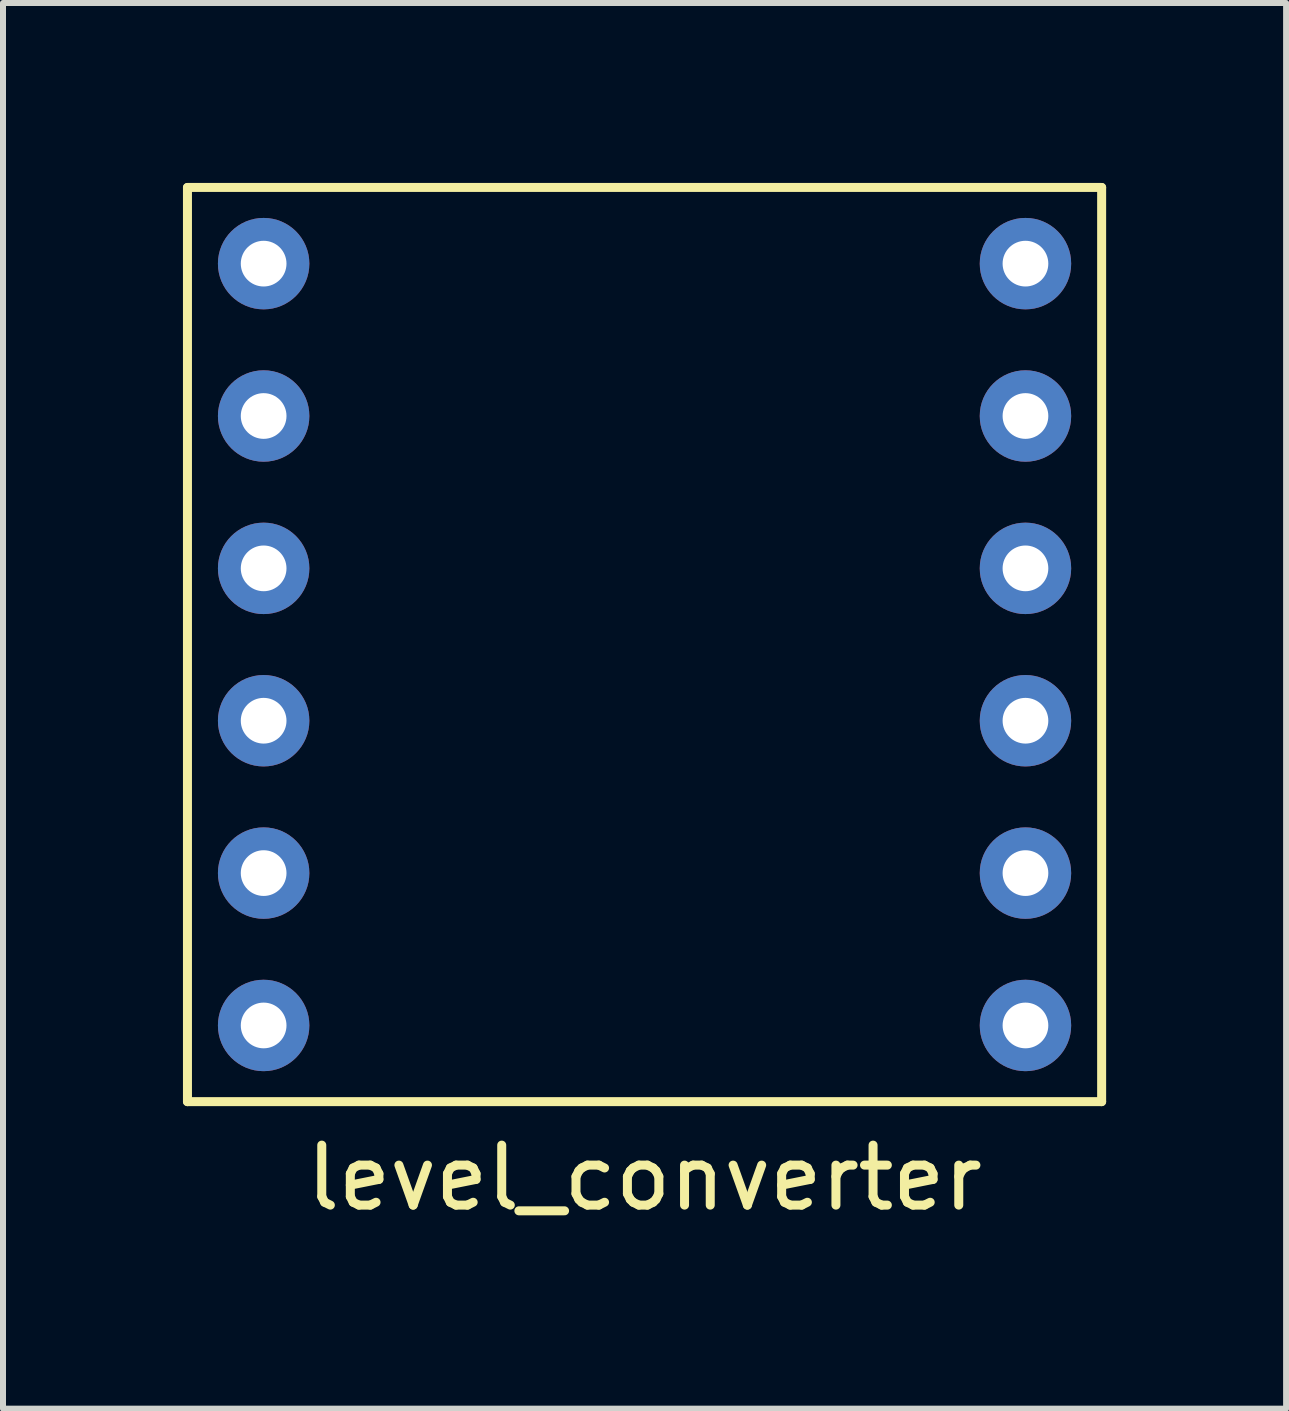
<source format=kicad_pcb>
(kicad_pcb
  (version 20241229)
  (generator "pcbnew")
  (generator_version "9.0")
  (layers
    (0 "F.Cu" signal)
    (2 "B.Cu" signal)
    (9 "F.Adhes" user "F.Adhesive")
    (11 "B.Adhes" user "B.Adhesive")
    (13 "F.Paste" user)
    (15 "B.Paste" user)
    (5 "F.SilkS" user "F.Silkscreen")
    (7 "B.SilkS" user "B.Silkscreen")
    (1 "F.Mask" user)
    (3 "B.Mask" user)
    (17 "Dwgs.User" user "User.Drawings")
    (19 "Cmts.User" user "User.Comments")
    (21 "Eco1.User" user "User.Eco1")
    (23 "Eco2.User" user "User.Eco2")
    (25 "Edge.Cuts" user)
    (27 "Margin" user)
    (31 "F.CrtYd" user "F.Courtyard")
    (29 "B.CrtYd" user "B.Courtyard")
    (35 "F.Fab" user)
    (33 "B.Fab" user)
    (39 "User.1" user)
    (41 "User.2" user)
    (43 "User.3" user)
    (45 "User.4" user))
  (footprint "level_converter"
    (layer "F.Cu")
    (at 7.695 3.885)
    (property "Reference" "level_converter" (at 0 12.7 0) (layer "F.SilkS") (effects (font (size 1 1) (thickness 0.15))))
    (attr through_hole)
    (fp_line (start -7.62 -3.81) (end 7.62 -3.81) (stroke (width 0.15) (type solid)) (layer "F.SilkS"))
    (fp_line (start -7.62 11.43) (end -7.62 -3.81) (stroke (width 0.15) (type solid)) (layer "F.SilkS"))
    (fp_line (start 7.62 -3.81) (end 7.62 11.43) (stroke (width 0.15) (type solid)) (layer "F.SilkS"))
    (fp_line (start 7.62 11.43) (end -7.62 11.43) (stroke (width 0.15) (type solid)) (layer "F.SilkS"))
    (pad "1" thru_hole circle (at -6.35 -2.54) (size 1.524 1.524) (drill 0.762) (layers "*.Cu" "*.Mask"))
    (pad "2" thru_hole circle (at -6.35 0) (size 1.524 1.524) (drill 0.762) (layers "*.Cu" "*.Mask"))
    (pad "3" thru_hole circle (at -6.35 2.54) (size 1.524 1.524) (drill 0.762) (layers "*.Cu" "*.Mask"))
    (pad "4" thru_hole circle (at -6.35 5.08) (size 1.524 1.524) (drill 0.762) (layers "*.Cu" "*.Mask"))
    (pad "5" thru_hole circle (at -6.35 7.62) (size 1.524 1.524) (drill 0.762) (layers "*.Cu" "*.Mask"))
    (pad "6" thru_hole circle (at -6.35 10.16) (size 1.524 1.524) (drill 0.762) (layers "*.Cu" "*.Mask"))
    (pad "7" thru_hole circle (at 6.35 -2.54) (size 1.524 1.524) (drill 0.762) (layers "*.Cu" "*.Mask"))
    (pad "8" thru_hole circle (at 6.35 0) (size 1.524 1.524) (drill 0.762) (layers "*.Cu" "*.Mask"))
    (pad "9" thru_hole circle (at 6.35 2.54) (size 1.524 1.524) (drill 0.762) (layers "*.Cu" "*.Mask"))
    (pad "10" thru_hole circle (at 6.35 5.08) (size 1.524 1.524) (drill 0.762) (layers "*.Cu" "*.Mask"))
    (pad "11" thru_hole circle (at 6.35 7.62) (size 1.524 1.524) (drill 0.762) (layers "*.Cu" "*.Mask"))
    (pad "12" thru_hole circle (at 6.35 10.16) (size 1.524 1.524) (drill 0.762) (layers "*.Cu" "*.Mask")))
  (gr_rect
    (start -3 -3)
    (end 18.39 20.433)
    (stroke (width 0.1) (type default))
    (fill no)
    (layer "Edge.Cuts")))
</source>
